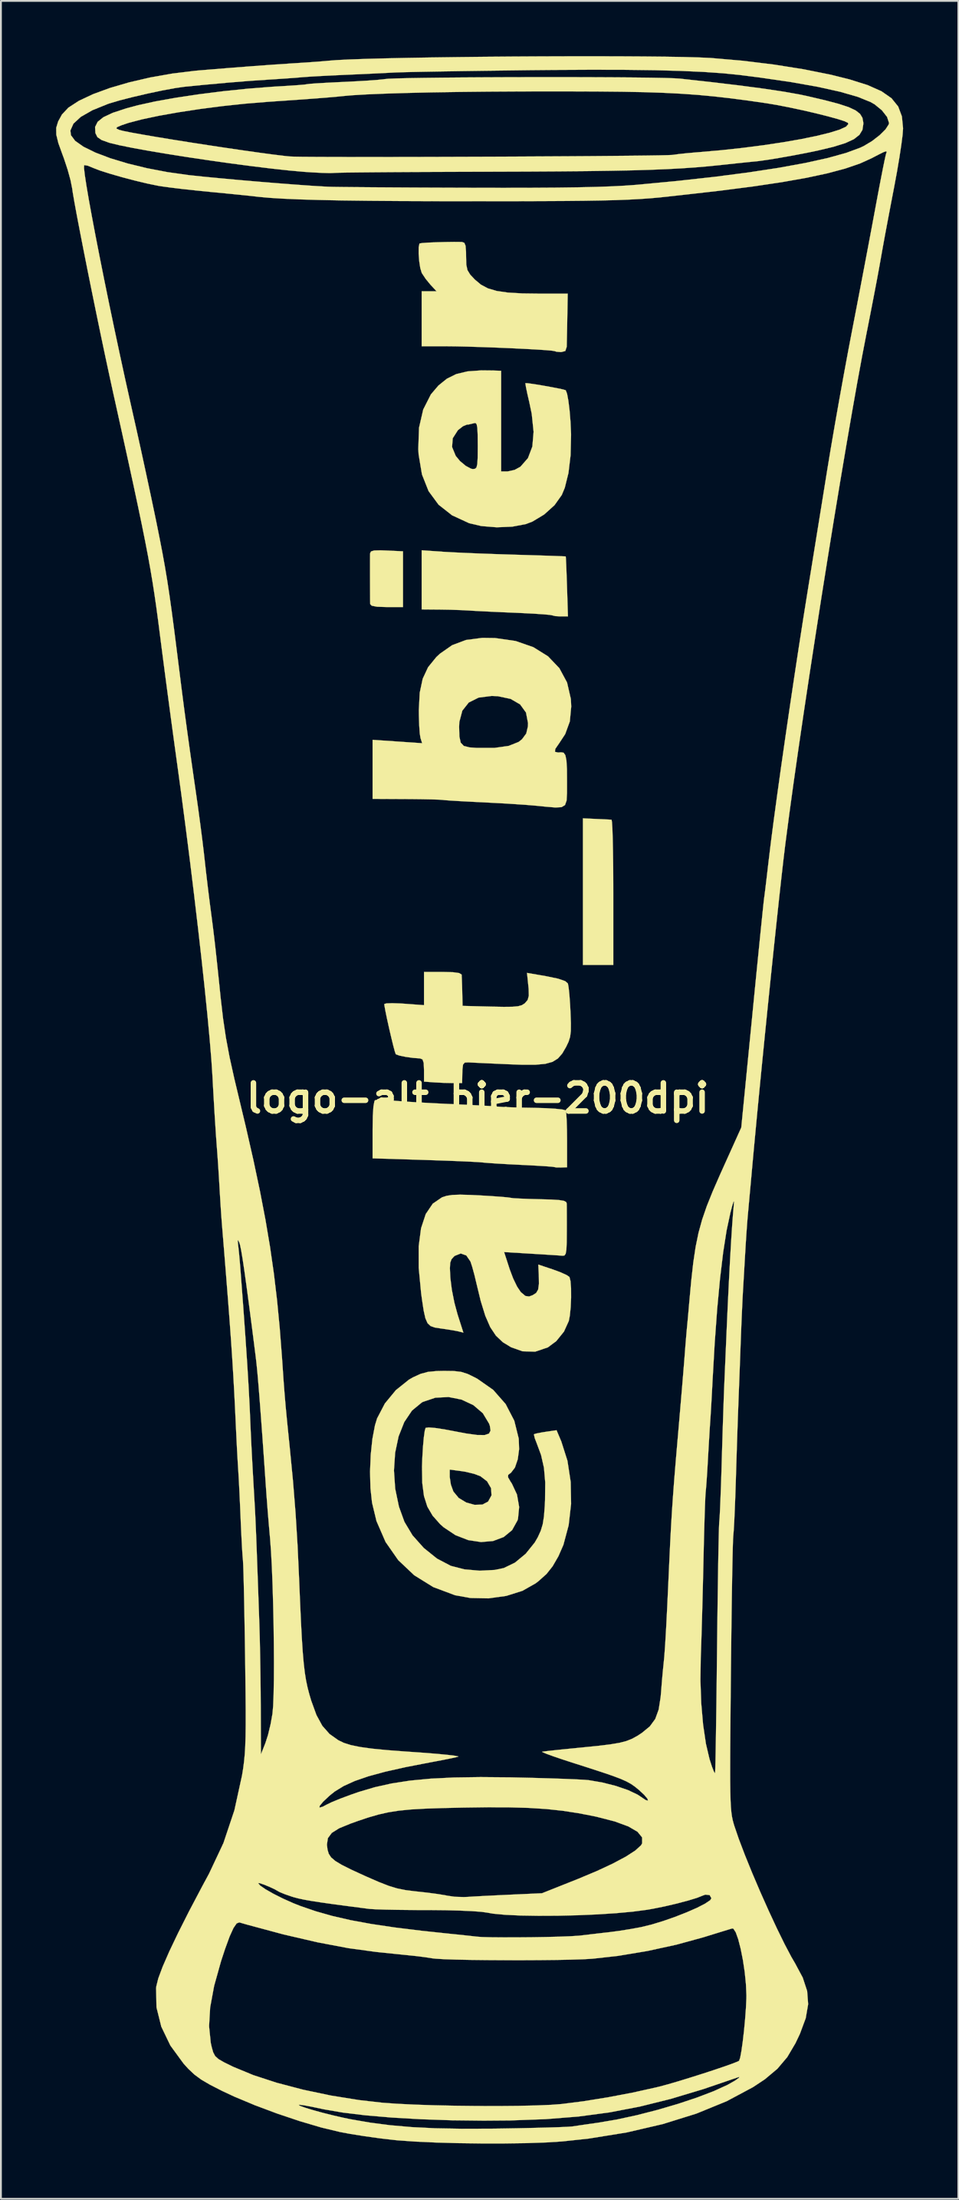
<source format=kicad_pcb>
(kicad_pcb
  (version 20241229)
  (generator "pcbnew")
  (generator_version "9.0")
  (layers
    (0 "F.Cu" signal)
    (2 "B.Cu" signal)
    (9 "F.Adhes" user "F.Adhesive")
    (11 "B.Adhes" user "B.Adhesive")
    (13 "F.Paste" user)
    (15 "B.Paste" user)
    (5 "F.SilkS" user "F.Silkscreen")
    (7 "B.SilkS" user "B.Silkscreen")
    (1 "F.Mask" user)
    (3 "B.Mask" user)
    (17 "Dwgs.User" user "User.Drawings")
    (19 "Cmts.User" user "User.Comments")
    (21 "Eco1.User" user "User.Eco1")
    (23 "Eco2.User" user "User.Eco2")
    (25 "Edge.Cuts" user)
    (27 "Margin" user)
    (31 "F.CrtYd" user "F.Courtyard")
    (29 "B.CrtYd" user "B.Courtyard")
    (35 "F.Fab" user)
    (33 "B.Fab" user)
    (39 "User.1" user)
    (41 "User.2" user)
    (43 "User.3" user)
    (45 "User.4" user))
  (footprint "logo-alt_bier-200dpi"
    (layer "F.Cu")
    (at 22.916 56.58)
    (property "Reference" "logo-alt_bier-200dpi" (at 0 0 0) (layer "F.SilkS") (effects (font (size 1.524 1.524) (thickness 0.3))))
    (attr through_hole)
    (fp_poly (pts (xy 6.445 -15.165) (xy 6.858 -15.146) (xy 7.163 -15.13) (xy 7.271 -15.123) (xy 7.294 -14.998) (xy 7.316 -14.651) (xy 7.334 -14.11) (xy 7.349 -13.408) (xy 7.36 -12.574) (xy 7.365 -11.639) (xy 7.366 -11.176) (xy 7.366 -7.239) (xy 5.715 -7.239) (xy 5.715 -15.198) (xy 6.445 -15.165)) (stroke (width 0.01) (type solid)) (fill yes) (layer "F.SilkS"))
    (fp_poly (pts (xy -4.953 -29.739) (xy -4.064 -29.697) (xy -4.064 -26.67) (xy -4.953 -26.67) (xy -5.472 -26.687) (xy -5.762 -26.742) (xy -5.846 -26.829) (xy -5.85 -27.084) (xy -5.852 -27.502) (xy -5.854 -28.013) (xy -5.855 -28.548) (xy -5.855 -29.036) (xy -5.854 -29.408) (xy -5.851 -29.591) (xy -5.8 -29.691) (xy -5.626 -29.742) (xy -5.279 -29.751) (xy -4.953 -29.739)) (stroke (width 0.01) (type solid)) (fill yes) (layer "F.SilkS"))
    (fp_poly (pts (xy -1.873 -29.671) (xy -1.378 -29.643) (xy -0.69 -29.61) (xy 0.13 -29.576) (xy 1.021 -29.544) (xy 1.922 -29.515) (xy 2.032 -29.512) (xy 2.835 -29.488) (xy 3.546 -29.466) (xy 4.129 -29.446) (xy 4.546 -29.43) (xy 4.76 -29.42) (xy 4.78 -29.417) (xy 4.791 -29.292) (xy 4.807 -28.96) (xy 4.826 -28.472) (xy 4.847 -27.874) (xy 4.85 -27.781) (xy 4.901 -26.162) (xy 4.504 -26.162) (xy 4.208 -26.179) (xy 4.048 -26.22) (xy 4.047 -26.221) (xy 3.906 -26.246) (xy 3.557 -26.277) (xy 3.046 -26.311) (xy 2.418 -26.343) (xy 2.089 -26.358) (xy 1.361 -26.389) (xy 0.667 -26.421) (xy 0.073 -26.45) (xy -0.353 -26.474) (xy -0.445 -26.48) (xy -0.9 -26.504) (xy -1.483 -26.524) (xy -2.064 -26.534) (xy -3.048 -26.543) (xy -3.048 -29.753) (xy -1.873 -29.671)) (stroke (width 0.01) (type solid)) (fill yes) (layer "F.SilkS"))
    (fp_poly (pts (xy -5.026 0.102) (xy -4.548 0.133) (xy -4.418 0.144) (xy -3.921 0.181) (xy -3.245 0.223) (xy -2.467 0.266) (xy -1.662 0.306) (xy -1.349 0.32) (xy -0.623 0.353) (xy 0.039 0.386) (xy 0.585 0.417) (xy 0.962 0.442) (xy 1.079 0.453) (xy 1.351 0.472) (xy 1.814 0.491) (xy 2.402 0.508) (xy 3.054 0.52) (xy 3.083 0.52) (xy 3.7 0.538) (xy 4.221 0.569) (xy 4.596 0.61) (xy 4.773 0.656) (xy 4.78 0.663) (xy 4.809 0.83) (xy 4.832 1.197) (xy 4.848 1.707) (xy 4.853 2.264) (xy 4.853 3.747) (xy 4.524 3.759) (xy 4.265 3.756) (xy 4.159 3.735) (xy 4.025 3.716) (xy 3.685 3.69) (xy 3.185 3.659) (xy 2.57 3.626) (xy 2.347 3.616) (xy 1.675 3.582) (xy 1.072 3.547) (xy 0.594 3.515) (xy 0.3 3.49) (xy 0.26 3.485) (xy 0.045 3.467) (xy -0.383 3.444) (xy -0.981 3.417) (xy -1.709 3.389) (xy -2.525 3.361) (xy -2.884 3.349) (xy -5.715 3.262) (xy -5.715 1.705) (xy -5.704 0.962) (xy -5.67 0.442) (xy -5.616 0.156) (xy -5.577 0.102) (xy -5.392 0.091) (xy -5.026 0.102)) (stroke (width 0.01) (type solid)) (fill yes) (layer "F.SilkS"))
    (fp_poly (pts (xy -0.905 -46.493) (xy -0.857 -46.491) (xy -0.732 -46.447) (xy -0.664 -46.289) (xy -0.638 -45.963) (xy -0.635 -45.705) (xy -0.623 -45.258) (xy -0.56 -44.963) (xy -0.41 -44.719) (xy -0.159 -44.452) (xy 0.168 -44.178) (xy 0.549 -43.974) (xy 1.026 -43.833) (xy 1.639 -43.744) (xy 2.429 -43.699) (xy 3.277 -43.688) (xy 4.889 -43.688) (xy 4.866 -42.386) (xy 4.855 -41.806) (xy 4.845 -41.297) (xy 4.837 -40.928) (xy 4.834 -40.799) (xy 4.758 -40.572) (xy 4.53 -40.513) (xy 4.278 -40.533) (xy 4.18 -40.565) (xy 4.038 -40.59) (xy 3.684 -40.621) (xy 3.159 -40.655) (xy 2.506 -40.69) (xy 1.767 -40.726) (xy 0.984 -40.759) (xy 0.198 -40.787) (xy -0.548 -40.81) (xy -1.214 -40.825) (xy -1.746 -40.831) (xy -3.048 -40.831) (xy -3.048 -43.815) (xy -2.238 -43.815) (xy -2.564 -44.164) (xy -2.83 -44.487) (xy -3.036 -44.797) (xy -3.046 -44.816) (xy -3.124 -45.074) (xy -3.182 -45.452) (xy -3.213 -45.86) (xy -3.211 -46.208) (xy -3.168 -46.404) (xy -3.162 -46.41) (xy -3.023 -46.434) (xy -2.699 -46.457) (xy -2.257 -46.476) (xy -1.765 -46.49) (xy -1.291 -46.497) (xy -0.905 -46.493)) (stroke (width 0.01) (type solid)) (fill yes) (layer "F.SilkS"))
    (fp_poly (pts (xy -1.344 -6.844) (xy -1.011 -6.798) (xy -0.88 -6.717) (xy -0.876 -6.699) (xy -0.866 -6.493) (xy -0.853 -6.123) (xy -0.844 -5.779) (xy -0.826 -5.016) (xy 0.742 -4.976) (xy 1.415 -4.963) (xy 1.882 -4.968) (xy 2.193 -4.997) (xy 2.396 -5.054) (xy 2.54 -5.144) (xy 2.567 -5.167) (xy 2.714 -5.341) (xy 2.775 -5.568) (xy 2.766 -5.931) (xy 2.749 -6.103) (xy 2.676 -6.808) (xy 3.746 -6.622) (xy 4.368 -6.492) (xy 4.749 -6.361) (xy 4.897 -6.234) (xy 4.936 -6.028) (xy 4.979 -5.631) (xy 5.017 -5.108) (xy 5.039 -4.699) (xy 5.062 -4.082) (xy 5.058 -3.65) (xy 5.019 -3.336) (xy 4.936 -3.071) (xy 4.804 -2.794) (xy 4.591 -2.428) (xy 4.356 -2.16) (xy 4.061 -1.977) (xy 3.665 -1.868) (xy 3.128 -1.82) (xy 2.409 -1.82) (xy 1.714 -1.845) (xy 1.019 -1.876) (xy 0.393 -1.904) (xy -0.11 -1.928) (xy -0.437 -1.944) (xy -0.508 -1.948) (xy -0.704 -1.938) (xy -0.8 -1.83) (xy -0.833 -1.558) (xy -0.838 -1.397) (xy -0.851 -0.826) (xy -1.346 -0.825) (xy -1.817 -0.835) (xy -2.32 -0.86) (xy -2.381 -0.864) (xy -2.921 -0.904) (xy -2.921 -1.531) (xy -2.938 -1.916) (xy -3.001 -2.107) (xy -3.133 -2.163) (xy -3.143 -2.164) (xy -3.514 -2.191) (xy -3.915 -2.247) (xy -4.256 -2.317) (xy -4.447 -2.385) (xy -4.456 -2.393) (xy -4.507 -2.538) (xy -4.595 -2.867) (xy -4.705 -3.317) (xy -4.823 -3.823) (xy -4.933 -4.321) (xy -5.021 -4.748) (xy -5.073 -5.038) (xy -5.081 -5.115) (xy -4.964 -5.151) (xy -4.652 -5.162) (xy -4.203 -5.147) (xy -4 -5.134) (xy -2.921 -5.054) (xy -2.921 -6.858) (xy -1.905 -6.858) (xy -1.344 -6.844)) (stroke (width 0.01) (type solid)) (fill yes) (layer "F.SilkS"))
    (fp_poly (pts (xy 0.857 -39.512) (xy 1.27 -39.497) (xy 1.27 -34.036) (xy 1.634 -34.036) (xy 2.001 -34.116) (xy 2.316 -34.287) (xy 2.728 -34.756) (xy 2.967 -35.386) (xy 3.035 -36.185) (xy 2.933 -37.162) (xy 2.803 -37.782) (xy 2.695 -38.252) (xy 2.619 -38.615) (xy 2.589 -38.81) (xy 2.59 -38.828) (xy 2.72 -38.822) (xy 3.029 -38.779) (xy 3.446 -38.712) (xy 3.899 -38.632) (xy 4.32 -38.552) (xy 4.637 -38.485) (xy 4.78 -38.442) (xy 4.781 -38.441) (xy 4.854 -38.253) (xy 4.925 -37.867) (xy 4.99 -37.341) (xy 5.04 -36.731) (xy 5.069 -36.093) (xy 5.07 -36.017) (xy 5.045 -34.92) (xy 4.929 -33.948) (xy 4.729 -33.145) (xy 4.566 -32.755) (xy 4.172 -32.202) (xy 3.611 -31.697) (xy 2.972 -31.312) (xy 2.618 -31.176) (xy 1.875 -31.035) (xy 1.03 -31) (xy 0.197 -31.068) (xy -0.47 -31.224) (xy -1.398 -31.652) (xy -2.131 -32.228) (xy -2.673 -32.964) (xy -3.032 -33.869) (xy -3.214 -34.952) (xy -3.232 -35.245) (xy -3.228 -35.36) (xy -1.397 -35.36) (xy -1.197 -34.876) (xy -0.965 -34.595) (xy -0.654 -34.337) (xy -0.365 -34.183) (xy -0.267 -34.163) (xy -0.146 -34.178) (xy -0.069 -34.252) (xy -0.025 -34.433) (xy -0.005 -34.766) (xy -0.000092 -35.296) (xy 0 -35.447) (xy -0.005 -36.03) (xy -0.023 -36.4) (xy -0.061 -36.598) (xy -0.127 -36.665) (xy -0.201 -36.653) (xy -0.491 -36.583) (xy -0.588 -36.576) (xy -0.798 -36.492) (xy -1.062 -36.287) (xy -1.085 -36.264) (xy -1.36 -35.835) (xy -1.397 -35.36) (xy -3.228 -35.36) (xy -3.193 -36.404) (xy -2.964 -37.396) (xy -2.546 -38.219) (xy -2.138 -38.697) (xy -1.678 -39.068) (xy -1.171 -39.319) (xy -0.565 -39.465) (xy 0.196 -39.52) (xy 0.857 -39.512)) (stroke (width 0.01) (type solid)) (fill yes) (layer "F.SilkS"))
    (fp_poly (pts (xy 0.941 -24.988) (xy 2.057 -24.827) (xy 3.022 -24.491) (xy 3.819 -23.995) (xy 4.434 -23.351) (xy 4.853 -22.574) (xy 5.06 -21.677) (xy 5.08 -21.269) (xy 5.003 -20.46) (xy 4.752 -19.772) (xy 4.423 -19.272) (xy 4.214 -18.969) (xy 4.194 -18.811) (xy 4.37 -18.771) (xy 4.531 -18.784) (xy 4.668 -18.76) (xy 4.762 -18.624) (xy 4.819 -18.341) (xy 4.847 -17.875) (xy 4.851 -17.193) (xy 4.851 -17.162) (xy 4.85 -16.565) (xy 4.827 -16.162) (xy 4.742 -15.92) (xy 4.554 -15.806) (xy 4.221 -15.787) (xy 3.702 -15.831) (xy 3.239 -15.878) (xy 2.735 -15.921) (xy 2.057 -15.968) (xy 1.282 -16.016) (xy 0.488 -16.058) (xy 0.254 -16.07) (xy -0.439 -16.104) (xy -1.051 -16.137) (xy -1.532 -16.167) (xy -1.834 -16.19) (xy -1.905 -16.199) (xy -2.096 -16.213) (xy -2.489 -16.226) (xy -3.033 -16.237) (xy -3.677 -16.245) (xy -3.905 -16.246) (xy -5.715 -16.256) (xy -5.715 -19.461) (xy -3.023 -19.278) (xy -3.112 -19.561) (xy -3.152 -19.808) (xy -3.177 -20.168) (xy -1.014 -20.168) (xy -0.999 -19.637) (xy -0.927 -19.309) (xy -0.759 -19.13) (xy -0.451 -19.051) (xy -0.082 -19.024) (xy 0.913 -19.024) (xy 1.68 -19.132) (xy 2.221 -19.347) (xy 2.402 -19.489) (xy 2.635 -19.804) (xy 2.725 -20.189) (xy 2.731 -20.373) (xy 2.621 -20.944) (xy 2.302 -21.384) (xy 1.787 -21.683) (xy 1.092 -21.83) (xy 0.76 -21.844) (xy 0.046 -21.754) (xy -0.489 -21.487) (xy -0.839 -21.045) (xy -1.002 -20.433) (xy -1.014 -20.168) (xy -3.177 -20.168) (xy -3.182 -20.237) (xy -3.2 -20.774) (xy -3.203 -21.072) (xy -3.154 -22.016) (xy -2.993 -22.776) (xy -2.7 -23.404) (xy -2.255 -23.952) (xy -2.057 -24.137) (xy -1.393 -24.6) (xy -0.638 -24.883) (xy 0.252 -24.998) (xy 0.941 -24.988)) (stroke (width 0.01) (type solid)) (fill yes) (layer "F.SilkS"))
    (fp_poly (pts (xy -0.366 5.25) (xy 0.117 5.274) (xy 0.729 5.311) (xy 1.244 5.348) (xy 1.613 5.38) (xy 1.784 5.405) (xy 1.788 5.406) (xy 1.937 5.426) (xy 2.287 5.446) (xy 2.784 5.466) (xy 3.344 5.481) (xy 3.991 5.499) (xy 4.424 5.527) (xy 4.682 5.57) (xy 4.805 5.635) (xy 4.834 5.709) (xy 4.837 5.913) (xy 4.839 6.308) (xy 4.84 6.83) (xy 4.839 7.239) (xy 4.834 7.836) (xy 4.816 8.222) (xy 4.778 8.441) (xy 4.713 8.536) (xy 4.613 8.55) (xy 4.613 8.55) (xy 4.402 8.534) (xy 3.997 8.507) (xy 3.459 8.473) (xy 2.911 8.44) (xy 1.432 8.351) (xy 1.736 9.287) (xy 1.925 9.787) (xy 2.138 10.226) (xy 2.333 10.516) (xy 2.348 10.532) (xy 2.588 10.734) (xy 2.792 10.762) (xy 2.979 10.694) (xy 3.173 10.571) (xy 3.282 10.385) (xy 3.325 10.073) (xy 3.317 9.577) (xy 3.313 9.5) (xy 3.29 9.03) (xy 4.09 9.297) (xy 4.513 9.454) (xy 4.836 9.602) (xy 4.983 9.704) (xy 5.04 9.924) (xy 5.07 10.319) (xy 5.073 10.815) (xy 5.051 11.334) (xy 5.004 11.799) (xy 4.947 12.093) (xy 4.685 12.669) (xy 4.267 13.186) (xy 3.807 13.527) (xy 3.121 13.758) (xy 2.43 13.738) (xy 1.81 13.518) (xy 1.359 13.243) (xy 0.987 12.89) (xy 0.677 12.425) (xy 0.409 11.81) (xy 0.162 11.011) (xy -0.06 10.097) (xy -0.18 9.596) (xy -0.302 9.15) (xy -0.397 8.862) (xy -0.624 8.534) (xy -0.924 8.427) (xy -1.25 8.556) (xy -1.294 8.593) (xy -1.427 8.742) (xy -1.497 8.931) (xy -1.515 9.228) (xy -1.493 9.701) (xy -1.487 9.779) (xy -1.409 10.398) (xy -1.27 11.1) (xy -1.101 11.727) (xy -0.782 12.723) (xy -1.058 12.655) (xy -1.341 12.6) (xy -1.759 12.534) (xy -2.01 12.499) (xy -2.334 12.448) (xy -2.566 12.366) (xy -2.729 12.212) (xy -2.846 11.946) (xy -2.94 11.527) (xy -3.033 10.914) (xy -3.078 10.577) (xy -3.209 9.21) (xy -3.21 8.035) (xy -3.082 7.058) (xy -2.827 6.286) (xy -2.447 5.724) (xy -1.944 5.379) (xy -1.689 5.296) (xy -1.377 5.249) (xy -0.954 5.234) (xy -0.366 5.25)) (stroke (width 0.01) (type solid)) (fill yes) (layer "F.SilkS"))
    (fp_poly (pts (xy -1.297 14.81) (xy -0.9 14.857) (xy -0.549 14.968) (xy -0.137 15.169) (xy -0.021 15.232) (xy 0.84 15.835) (xy 1.514 16.601) (xy 1.984 17.505) (xy 2.227 18.482) (xy 2.247 19.054) (xy 2.173 19.602) (xy 2.02 20.052) (xy 1.807 20.331) (xy 1.79 20.342) (xy 1.653 20.449) (xy 1.645 20.576) (xy 1.774 20.802) (xy 1.852 20.919) (xy 2.132 21.518) (xy 2.249 22.192) (xy 2.186 22.833) (xy 2.162 22.915) (xy 1.867 23.446) (xy 1.411 23.821) (xy 0.834 24.038) (xy 0.178 24.095) (xy -0.518 23.99) (xy -1.211 23.722) (xy -1.862 23.287) (xy -2.048 23.12) (xy -2.452 22.665) (xy -2.74 22.173) (xy -2.923 21.597) (xy -3.016 20.889) (xy -3.021 20.564) (xy -1.524 20.564) (xy -1.462 20.974) (xy -1.325 21.352) (xy -1.038 21.699) (xy -0.629 21.947) (xy -0.173 22.075) (xy 0.254 22.061) (xy 0.562 21.898) (xy 0.748 21.558) (xy 0.723 21.17) (xy 0.508 20.799) (xy 0.143 20.519) (xy -0.198 20.392) (xy -0.653 20.282) (xy -0.869 20.247) (xy -1.524 20.16) (xy -1.524 20.564) (xy -3.021 20.564) (xy -3.03 20.004) (xy -3.013 19.515) (xy -2.977 18.917) (xy -2.931 18.411) (xy -2.881 18.052) (xy -2.834 17.896) (xy -2.668 17.873) (xy -2.309 17.902) (xy -1.812 17.977) (xy -1.457 18.044) (xy -0.634 18.2) (xy -0.031 18.282) (xy 0.376 18.286) (xy 0.61 18.207) (xy 0.696 18.041) (xy 0.657 17.784) (xy 0.615 17.664) (xy 0.274 17.099) (xy -0.243 16.659) (xy -0.881 16.361) (xy -1.587 16.221) (xy -2.306 16.258) (xy -2.983 16.486) (xy -3.046 16.521) (xy -3.574 16.955) (xy -3.995 17.581) (xy -4.303 18.359) (xy -4.491 19.248) (xy -4.555 20.208) (xy -4.488 21.197) (xy -4.284 22.175) (xy -3.985 22.999) (xy -3.545 23.732) (xy -2.932 24.419) (xy -2.216 24.993) (xy -1.471 25.385) (xy -1.46 25.389) (xy -0.726 25.577) (xy 0.105 25.652) (xy 0.915 25.61) (xy 1.415 25.507) (xy 2.022 25.213) (xy 2.605 24.731) (xy 3.095 24.123) (xy 3.265 23.83) (xy 3.424 23.481) (xy 3.53 23.131) (xy 3.598 22.706) (xy 3.642 22.133) (xy 3.657 21.816) (xy 3.667 20.856) (xy 3.598 20.064) (xy 3.44 19.366) (xy 3.216 18.763) (xy 3.098 18.456) (xy 3.054 18.263) (xy 3.06 18.239) (xy 3.206 18.196) (xy 3.515 18.137) (xy 3.697 18.109) (xy 4.282 18.024) (xy 4.54 18.632) (xy 4.874 19.681) (xy 5.051 20.834) (xy 5.072 22.024) (xy 4.939 23.184) (xy 4.654 24.249) (xy 4.385 24.863) (xy 4.067 25.413) (xy 3.738 25.827) (xy 3.31 26.21) (xy 3.147 26.336) (xy 2.427 26.743) (xy 1.551 27.019) (xy 0.586 27.152) (xy -0.4 27.133) (xy -1.235 26.983) (xy -2.419 26.54) (xy -3.453 25.899) (xy -4.323 25.077) (xy -5.011 24.091) (xy -5.504 22.958) (xy -5.746 21.957) (xy -5.832 21.165) (xy -5.854 20.273) (xy -5.817 19.357) (xy -5.726 18.492) (xy -5.586 17.754) (xy -5.471 17.38) (xy -5.048 16.571) (xy -4.45 15.846) (xy -3.741 15.279) (xy -3.508 15.146) (xy -3.104 14.962) (xy -2.713 14.857) (xy -2.236 14.811) (xy -1.841 14.802) (xy -1.297 14.81)) (stroke (width 0.01) (type solid)) (fill yes) (layer "F.SilkS"))
    (fp_poly (pts (xy 5.25 -55.441) (xy 6.441 -55.437) (xy 7.554 -55.431) (xy 8.562 -55.422) (xy 9.437 -55.411) (xy 10.151 -55.397) (xy 10.676 -55.38) (xy 10.986 -55.361) (xy 12.751 -55.166) (xy 14.274 -54.984) (xy 15.565 -54.813) (xy 16.633 -54.653) (xy 17.489 -54.501) (xy 17.906 -54.413) (xy 18.868 -54.188) (xy 19.608 -53.993) (xy 20.154 -53.814) (xy 20.534 -53.637) (xy 20.775 -53.449) (xy 20.905 -53.236) (xy 20.953 -52.984) (xy 20.955 -52.896) (xy 20.906 -52.578) (xy 20.743 -52.309) (xy 20.441 -52.073) (xy 19.976 -51.86) (xy 19.322 -51.657) (xy 18.455 -51.45) (xy 17.821 -51.32) (xy 17.087 -51.18) (xy 16.373 -51.054) (xy 15.747 -50.952) (xy 15.279 -50.886) (xy 15.177 -50.875) (xy 14.691 -50.827) (xy 14.066 -50.762) (xy 13.412 -50.692) (xy 13.208 -50.67) (xy 12.532 -50.602) (xy 11.834 -50.542) (xy 11.091 -50.491) (xy 10.28 -50.447) (xy 9.378 -50.411) (xy 8.364 -50.381) (xy 7.213 -50.358) (xy 5.903 -50.339) (xy 4.411 -50.325) (xy 2.715 -50.314) (xy 0.791 -50.307) (xy 0.456 -50.307) (xy -0.952 -50.302) (xy -2.289 -50.297) (xy -3.533 -50.291) (xy -4.662 -50.284) (xy -5.652 -50.276) (xy -6.482 -50.268) (xy -7.129 -50.26) (xy -7.572 -50.251) (xy -7.786 -50.243) (xy -7.799 -50.241) (xy -8.031 -50.232) (xy -8.451 -50.243) (xy -8.994 -50.27) (xy -9.461 -50.302) (xy -10.269 -50.375) (xy -11.225 -50.479) (xy -12.29 -50.609) (xy -13.423 -50.758) (xy -14.586 -50.922) (xy -15.739 -51.093) (xy -16.843 -51.267) (xy -17.858 -51.437) (xy -18.745 -51.597) (xy -19.465 -51.742) (xy -19.977 -51.865) (xy -20.033 -51.881) (xy -20.445 -52.028) (xy -20.672 -52.185) (xy -20.779 -52.4) (xy -20.782 -52.412) (xy -20.794 -52.651) (xy -19.642 -52.651) (xy -19.482 -52.576) (xy -19.253 -52.517) (xy -18.808 -52.429) (xy -18.184 -52.317) (xy -17.417 -52.186) (xy -16.544 -52.043) (xy -15.6 -51.893) (xy -14.621 -51.742) (xy -13.645 -51.595) (xy -12.706 -51.458) (xy -11.841 -51.336) (xy -11.087 -51.235) (xy -10.48 -51.162) (xy -10.223 -51.135) (xy -9.994 -51.126) (xy -9.538 -51.118) (xy -8.88 -51.113) (xy -8.044 -51.109) (xy -7.053 -51.107) (xy -5.93 -51.106) (xy -4.7 -51.107) (xy -3.386 -51.109) (xy -2.011 -51.113) (xy -0.6 -51.118) (xy 0.824 -51.123) (xy 2.238 -51.13) (xy 3.617 -51.138) (xy 4.938 -51.146) (xy 6.178 -51.155) (xy 7.312 -51.165) (xy 8.317 -51.175) (xy 9.17 -51.185) (xy 9.847 -51.196) (xy 10.323 -51.207) (xy 10.576 -51.218) (xy 10.604 -51.221) (xy 10.915 -51.264) (xy 11.385 -51.314) (xy 11.921 -51.361) (xy 12.002 -51.367) (xy 13.21 -51.472) (xy 14.394 -51.6) (xy 15.531 -51.747) (xy 16.597 -51.907) (xy 17.566 -52.076) (xy 18.417 -52.25) (xy 19.123 -52.423) (xy 19.662 -52.59) (xy 20.009 -52.748) (xy 20.141 -52.892) (xy 20.112 -52.964) (xy 19.931 -53.05) (xy 19.548 -53.172) (xy 19.012 -53.319) (xy 18.369 -53.48) (xy 17.668 -53.642) (xy 16.956 -53.794) (xy 16.281 -53.926) (xy 15.691 -54.025) (xy 15.683 -54.026) (xy 14.663 -54.173) (xy 13.726 -54.295) (xy 12.836 -54.396) (xy 11.957 -54.478) (xy 11.053 -54.542) (xy 10.09 -54.591) (xy 9.03 -54.626) (xy 7.838 -54.649) (xy 6.479 -54.663) (xy 4.917 -54.669) (xy 4.191 -54.67) (xy 2.377 -54.667) (xy 0.642 -54.656) (xy -0.99 -54.638) (xy -2.498 -54.614) (xy -3.86 -54.583) (xy -5.052 -54.546) (xy -6.053 -54.504) (xy -6.84 -54.457) (xy -7.303 -54.416) (xy -7.677 -54.378) (xy -8.15 -54.337) (xy -8.754 -54.289) (xy -9.522 -54.232) (xy -10.485 -54.165) (xy -11.43 -54.1) (xy -12.637 -54.001) (xy -13.872 -53.87) (xy -15.092 -53.712) (xy -16.256 -53.535) (xy -17.322 -53.346) (xy -18.246 -53.151) (xy -18.989 -52.956) (xy -19.37 -52.827) (xy -19.615 -52.72) (xy -19.642 -52.651) (xy -20.794 -52.651) (xy -20.799 -52.734) (xy -20.66 -53.014) (xy -20.346 -53.267) (xy -19.835 -53.506) (xy -19.106 -53.745) (xy -18.481 -53.913) (xy -17.544 -54.12) (xy -16.414 -54.322) (xy -15.15 -54.512) (xy -13.814 -54.68) (xy -12.465 -54.818) (xy -11.163 -54.92) (xy -10.858 -54.938) (xy -10.263 -54.974) (xy -9.765 -55.008) (xy -9.416 -55.038) (xy -9.269 -55.059) (xy -9.269 -55.06) (xy -9.125 -55.078) (xy -8.774 -55.104) (xy -8.261 -55.134) (xy -7.632 -55.166) (xy -7.3 -55.181) (xy -6.605 -55.216) (xy -5.979 -55.253) (xy -5.476 -55.29) (xy -5.15 -55.322) (xy -5.08 -55.333) (xy -4.858 -55.354) (xy -4.409 -55.372) (xy -3.762 -55.388) (xy -2.944 -55.402) (xy -1.982 -55.414) (xy -0.905 -55.424) (xy 0.261 -55.432) (xy 1.486 -55.438) (xy 2.745 -55.441) (xy 4.009 -55.442) (xy 5.25 -55.441)) (stroke (width 0.01) (type solid)) (fill yes) (layer "F.SilkS"))
    (fp_poly (pts (xy 7.74 -56.572) (xy 9.025 -56.564) (xy 10.183 -56.552) (xy 11.186 -56.535) (xy 12.009 -56.512) (xy 12.623 -56.484) (xy 12.7 -56.479) (xy 14.404 -56.332) (xy 16.095 -56.125) (xy 17.709 -55.869) (xy 19.184 -55.574) (xy 20.203 -55.32) (xy 21.188 -55.01) (xy 21.942 -54.675) (xy 22.488 -54.294) (xy 22.85 -53.846) (xy 23.051 -53.31) (xy 23.114 -52.665) (xy 23.114 -52.655) (xy 23.09 -52.315) (xy 23.021 -51.777) (xy 22.917 -51.092) (xy 22.785 -50.311) (xy 22.632 -49.486) (xy 22.611 -49.378) (xy 22.443 -48.504) (xy 22.276 -47.626) (xy 22.122 -46.805) (xy 21.995 -46.107) (xy 21.904 -45.595) (xy 21.904 -45.593) (xy 21.816 -45.102) (xy 21.69 -44.42) (xy 21.534 -43.604) (xy 21.361 -42.711) (xy 21.182 -41.798) (xy 21.128 -41.529) (xy 20.89 -40.296) (xy 20.622 -38.842) (xy 20.331 -37.198) (xy 20.02 -35.395) (xy 19.694 -33.464) (xy 19.359 -31.437) (xy 19.02 -29.344) (xy 18.681 -27.216) (xy 18.348 -25.084) (xy 18.024 -22.978) (xy 17.716 -20.931) (xy 17.428 -18.973) (xy 17.165 -17.135) (xy 16.932 -15.447) (xy 16.734 -13.942) (xy 16.705 -13.716) (xy 16.615 -12.972) (xy 16.505 -12.008) (xy 16.378 -10.859) (xy 16.238 -9.556) (xy 16.087 -8.135) (xy 15.93 -6.628) (xy 15.77 -5.069) (xy 15.61 -3.49) (xy 15.454 -1.927) (xy 15.305 -0.411) (xy 15.167 1.023) (xy 15.043 2.342) (xy 14.989 2.921) (xy 14.91 3.789) (xy 14.836 4.61) (xy 14.769 5.336) (xy 14.716 5.922) (xy 14.68 6.32) (xy 14.671 6.413) (xy 14.637 6.835) (xy 14.596 7.408) (xy 14.556 8.033) (xy 14.543 8.255) (xy 14.503 8.932) (xy 14.461 9.652) (xy 14.424 10.283) (xy 14.416 10.414) (xy 14.39 10.898) (xy 14.359 11.558) (xy 14.326 12.314) (xy 14.296 13.089) (xy 14.289 13.271) (xy 14.258 14.113) (xy 14.224 15.027) (xy 14.19 15.908) (xy 14.162 16.649) (xy 14.16 16.701) (xy 14.136 17.335) (xy 14.108 18.147) (xy 14.078 19.063) (xy 14.048 20.007) (xy 14.025 20.765) (xy 13.998 21.573) (xy 13.969 22.322) (xy 13.94 22.963) (xy 13.912 23.45) (xy 13.889 23.734) (xy 13.887 23.749) (xy 13.874 23.956) (xy 13.86 24.393) (xy 13.845 25.035) (xy 13.828 25.857) (xy 13.812 26.836) (xy 13.796 27.948) (xy 13.78 29.166) (xy 13.765 30.468) (xy 13.755 31.433) (xy 13.74 32.974) (xy 13.729 34.283) (xy 13.721 35.381) (xy 13.718 36.291) (xy 13.719 37.034) (xy 13.726 37.631) (xy 13.738 38.104) (xy 13.757 38.476) (xy 13.783 38.768) (xy 13.816 39.001) (xy 13.856 39.197) (xy 13.905 39.378) (xy 13.941 39.497) (xy 14.187 40.217) (xy 14.519 41.088) (xy 14.914 42.06) (xy 15.35 43.081) (xy 15.805 44.1) (xy 16.254 45.065) (xy 16.676 45.925) (xy 17.048 46.629) (xy 17.24 46.957) (xy 17.663 47.747) (xy 17.902 48.473) (xy 17.956 49.188) (xy 17.825 49.945) (xy 17.509 50.797) (xy 17.266 51.308) (xy 16.822 52.059) (xy 16.287 52.691) (xy 15.604 53.264) (xy 14.958 53.692) (xy 13.524 54.457) (xy 11.881 55.128) (xy 10.06 55.695) (xy 8.091 56.152) (xy 6.005 56.488) (xy 4.572 56.64) (xy 3.7 56.695) (xy 2.637 56.731) (xy 1.443 56.749) (xy 0.179 56.749) (xy -1.092 56.731) (xy -2.309 56.697) (xy -3.412 56.646) (xy -4.339 56.58) (xy -4.508 56.564) (xy -5.295 56.473) (xy -6.146 56.355) (xy -6.949 56.227) (xy -7.482 56.128) (xy -8.505 55.882) (xy -9.671 55.538) (xy -10.901 55.126) (xy -12.117 54.671) (xy -12.167 54.65) (xy -9.735 54.65) (xy -9.653 54.71) (xy -9.373 54.811) (xy -8.945 54.941) (xy -8.419 55.085) (xy -7.845 55.229) (xy -7.272 55.36) (xy -6.921 55.432) (xy -5.847 55.618) (xy -4.75 55.76) (xy -3.586 55.861) (xy -2.312 55.924) (xy -0.882 55.951) (xy 0.746 55.946) (xy 1.143 55.941) (xy 2.096 55.924) (xy 2.982 55.905) (xy 3.765 55.885) (xy 4.408 55.865) (xy 4.874 55.845) (xy 5.128 55.827) (xy 5.144 55.825) (xy 5.453 55.778) (xy 5.921 55.71) (xy 6.454 55.634) (xy 6.54 55.622) (xy 7.561 55.449) (xy 8.658 55.211) (xy 9.783 54.922) (xy 10.887 54.598) (xy 11.92 54.254) (xy 12.834 53.905) (xy 13.579 53.565) (xy 13.974 53.342) (xy 14.185 53.192) (xy 14.217 53.136) (xy 14.161 53.15) (xy 12.249 53.801) (xy 10.482 54.331) (xy 8.802 54.748) (xy 7.149 55.064) (xy 5.465 55.288) (xy 3.691 55.429) (xy 1.769 55.499) (xy 0.318 55.511) (xy -1.438 55.49) (xy -3.115 55.432) (xy -4.679 55.342) (xy -6.098 55.221) (xy -7.337 55.071) (xy -8.363 54.895) (xy -8.526 54.86) (xy -9.034 54.753) (xy -9.441 54.678) (xy -9.688 54.646) (xy -9.735 54.65) (xy -12.167 54.65) (xy -13.239 54.202) (xy -13.906 53.89) (xy -14.552 53.56) (xy -15.027 53.282) (xy -15.397 53.01) (xy -15.728 52.7) (xy -15.989 52.412) (xy -16.706 51.432) (xy -17.2 50.406) (xy -17.205 50.384) (xy -14.604 50.384) (xy -14.511 51.288) (xy -14.459 51.521) (xy -14.379 51.802) (xy -14.273 52.002) (xy -14.091 52.168) (xy -13.78 52.347) (xy -13.291 52.586) (xy -13.284 52.589) (xy -12.201 53.037) (xy -10.919 53.455) (xy -9.494 53.829) (xy -7.981 54.147) (xy -6.434 54.395) (xy -5.195 54.536) (xy -4.412 54.592) (xy -3.459 54.639) (xy -2.382 54.675) (xy -1.231 54.7) (xy -0.051 54.714) (xy 1.108 54.717) (xy 2.2 54.707) (xy 3.177 54.685) (xy 3.99 54.651) (xy 4.545 54.609) (xy 5.744 54.457) (xy 7.074 54.243) (xy 8.422 53.987) (xy 9.681 53.708) (xy 9.909 53.652) (xy 10.354 53.532) (xy 10.918 53.367) (xy 11.554 53.172) (xy 12.214 52.963) (xy 12.85 52.756) (xy 13.415 52.565) (xy 13.86 52.406) (xy 14.138 52.296) (xy 14.204 52.259) (xy 14.262 52.091) (xy 14.33 51.725) (xy 14.402 51.217) (xy 14.471 50.622) (xy 14.53 49.997) (xy 14.575 49.397) (xy 14.599 48.878) (xy 14.601 48.705) (xy 14.575 48.096) (xy 14.509 47.442) (xy 14.41 46.787) (xy 14.289 46.178) (xy 14.156 45.661) (xy 14.02 45.282) (xy 13.892 45.087) (xy 13.834 45.073) (xy 13.645 45.129) (xy 13.27 45.244) (xy 12.766 45.399) (xy 12.264 45.554) (xy 10.796 45.956) (xy 9.21 46.301) (xy 7.621 46.565) (xy 6.223 46.72) (xy 5.733 46.748) (xy 5.066 46.769) (xy 4.263 46.785) (xy 3.363 46.795) (xy 2.406 46.8) (xy 1.433 46.799) (xy 0.484 46.793) (xy -0.402 46.782) (xy -1.185 46.766) (xy -1.823 46.745) (xy -2.279 46.718) (xy -2.477 46.696) (xy -2.837 46.639) (xy -3.301 46.579) (xy -3.493 46.559) (xy -3.89 46.518) (xy -4.454 46.46) (xy -5.097 46.394) (xy -5.524 46.35) (xy -7.025 46.146) (xy -8.716 45.826) (xy -10.567 45.397) (xy -12.547 44.865) (xy -12.959 44.746) (xy -13.103 44.8) (xy -13.276 45.049) (xy -13.485 45.508) (xy -13.735 46.191) (xy -13.956 46.863) (xy -14.329 48.198) (xy -14.544 49.362) (xy -14.604 50.384) (xy -17.205 50.384) (xy -17.461 49.359) (xy -17.482 48.318) (xy -17.47 48.216) (xy -17.363 47.784) (xy -17.126 47.15) (xy -16.766 46.325) (xy -16.287 45.322) (xy -15.697 44.153) (xy -15 42.832) (xy -14.88 42.609) (xy -11.938 42.609) (xy -11.829 42.744) (xy -11.533 42.948) (xy -11.101 43.194) (xy -10.581 43.455) (xy -10.023 43.704) (xy -9.652 43.851) (xy -8.804 44.142) (xy -7.9 44.398) (xy -6.907 44.626) (xy -5.79 44.831) (xy -4.514 45.021) (xy -3.046 45.201) (xy -1.714 45.343) (xy -1.121 45.404) (xy -0.603 45.458) (xy -0.223 45.5) (xy -0.064 45.519) (xy 0.236 45.541) (xy 0.736 45.554) (xy 1.385 45.56) (xy 2.131 45.559) (xy 2.921 45.552) (xy 3.702 45.539) (xy 4.421 45.521) (xy 5.027 45.498) (xy 5.467 45.471) (xy 5.588 45.459) (xy 6.183 45.388) (xy 6.821 45.314) (xy 7.176 45.274) (xy 7.709 45.203) (xy 8.343 45.101) (xy 8.878 45.002) (xy 9.445 44.864) (xy 10.077 44.672) (xy 10.729 44.444) (xy 11.355 44.199) (xy 11.91 43.956) (xy 12.348 43.732) (xy 12.625 43.547) (xy 12.7 43.439) (xy 12.603 43.264) (xy 12.369 43.238) (xy 12.214 43.295) (xy 11.914 43.414) (xy 11.431 43.561) (xy 10.829 43.72) (xy 10.174 43.873) (xy 9.533 44.003) (xy 9.207 44.06) (xy 8.435 44.162) (xy 7.516 44.246) (xy 6.497 44.312) (xy 5.422 44.358) (xy 4.339 44.384) (xy 3.292 44.389) (xy 2.328 44.373) (xy 1.493 44.334) (xy 0.831 44.272) (xy 0.493 44.213) (xy 0.187 44.171) (xy -0.324 44.134) (xy -0.99 44.105) (xy -1.764 44.085) (xy -2.596 44.076) (xy -2.746 44.076) (xy -3.576 44.074) (xy -4.351 44.065) (xy -5.023 44.052) (xy -5.545 44.035) (xy -5.869 44.016) (xy -5.905 44.012) (xy -6.989 43.871) (xy -7.852 43.756) (xy -8.528 43.661) (xy -9.049 43.58) (xy -9.446 43.51) (xy -9.753 43.444) (xy -10.002 43.378) (xy -10.097 43.349) (xy -10.482 43.216) (xy -10.771 43.098) (xy -10.858 43.049) (xy -11.045 42.943) (xy -11.331 42.811) (xy -11.632 42.69) (xy -11.862 42.613) (xy -11.938 42.609) (xy -14.88 42.609) (xy -14.605 42.1) (xy -13.861 40.521) (xy -8.199 40.521) (xy -8.164 40.803) (xy -8.099 41.021) (xy -7.972 41.215) (xy -7.749 41.407) (xy -7.397 41.62) (xy -6.88 41.879) (xy -6.166 42.207) (xy -6.077 42.247) (xy -5.385 42.549) (xy -4.845 42.76) (xy -4.385 42.9) (xy -3.929 42.992) (xy -3.403 43.059) (xy -3.302 43.069) (xy -2.717 43.134) (xy -2.177 43.206) (xy -1.767 43.273) (xy -1.651 43.297) (xy -1.246 43.355) (xy -0.755 43.37) (xy -0.572 43.363) (xy -0.201 43.34) (xy 0.352 43.31) (xy 1.015 43.277) (xy 1.715 43.244) (xy 1.778 43.241) (xy 3.493 43.163) (xy 5.445 42.387) (xy 6.465 41.96) (xy 7.34 41.552) (xy 8.047 41.176) (xy 8.564 40.842) (xy 8.87 40.563) (xy 8.934 40.456) (xy 8.933 40.134) (xy 8.683 39.826) (xy 8.185 39.536) (xy 7.444 39.264) (xy 6.462 39.012) (xy 6.372 38.992) (xy 5.485 38.819) (xy 4.618 38.686) (xy 3.724 38.59) (xy 2.756 38.529) (xy 1.667 38.499) (xy 0.411 38.496) (xy -0.775 38.513) (xy -1.922 38.538) (xy -2.859 38.57) (xy -3.63 38.614) (xy -4.279 38.678) (xy -4.85 38.767) (xy -5.387 38.887) (xy -5.934 39.045) (xy -6.535 39.246) (xy -6.915 39.382) (xy -7.535 39.636) (xy -7.934 39.887) (xy -8.145 40.17) (xy -8.199 40.521) (xy -13.861 40.521) (xy -13.823 40.44) (xy -13.226 38.657) (xy -12.812 36.767) (xy -12.75 36.385) (xy -12.702 36.015) (xy -12.664 35.624) (xy -12.637 35.182) (xy -12.62 34.657) (xy -12.612 34.018) (xy -12.612 33.235) (xy -12.62 32.276) (xy -12.634 31.11) (xy -12.643 30.416) (xy -12.66 29.304) (xy -12.678 28.26) (xy -12.696 27.313) (xy -12.714 26.494) (xy -12.731 25.833) (xy -12.747 25.359) (xy -12.76 25.104) (xy -12.762 25.082) (xy -12.785 24.82) (xy -12.814 24.361) (xy -12.845 23.764) (xy -12.877 23.086) (xy -12.886 22.86) (xy -12.918 22.117) (xy -12.952 21.386) (xy -12.985 20.743) (xy -13.013 20.263) (xy -13.018 20.193) (xy -13.047 19.721) (xy -13.083 19.086) (xy -13.118 18.381) (xy -13.144 17.843) (xy -13.189 16.877) (xy -13.235 15.965) (xy -13.285 15.072) (xy -13.341 14.164) (xy -13.405 13.206) (xy -13.48 12.162) (xy -13.569 10.997) (xy -13.673 9.676) (xy -13.795 8.165) (xy -13.829 7.749) (xy -13.047 7.749) (xy -13.02 8.001) (xy -12.981 8.361) (xy -12.935 8.86) (xy -12.896 9.335) (xy -12.749 11.282) (xy -12.627 12.985) (xy -12.528 14.454) (xy -12.453 15.698) (xy -12.399 16.726) (xy -12.389 16.954) (xy -12.347 17.931) (xy -12.303 18.855) (xy -12.253 19.804) (xy -12.194 20.856) (xy -12.129 21.971) (xy -12.11 22.301) (xy -12.091 22.682) (xy -12.07 23.143) (xy -12.046 23.708) (xy -12.019 24.404) (xy -11.988 25.257) (xy -11.95 26.294) (xy -11.906 27.541) (xy -11.872 28.512) (xy -11.849 29.277) (xy -11.829 30.212) (xy -11.812 31.231) (xy -11.8 32.25) (xy -11.795 33.02) (xy -11.785 35.623) (xy -11.541 35.007) (xy -11.398 34.561) (xy -11.26 33.987) (xy -11.158 33.419) (xy -11.121 33.002) (xy -11.096 32.373) (xy -11.081 31.571) (xy -11.077 30.639) (xy -11.083 29.618) (xy -11.097 28.548) (xy -11.121 27.47) (xy -11.152 26.426) (xy -11.19 25.457) (xy -11.236 24.603) (xy -11.287 23.905) (xy -11.29 23.876) (xy -11.353 23.163) (xy -11.417 22.396) (xy -11.47 21.701) (xy -11.488 21.463) (xy -11.599 19.857) (xy -11.696 18.485) (xy -11.781 17.327) (xy -11.854 16.363) (xy -11.917 15.574) (xy -11.972 14.94) (xy -12.021 14.44) (xy -12.065 14.057) (xy -12.068 14.034) (xy -12.26 12.526) (xy -12.426 11.256) (xy -12.566 10.21) (xy -12.683 9.373) (xy -12.779 8.731) (xy -12.856 8.27) (xy -12.916 7.976) (xy -12.954 7.848) (xy -13.029 7.693) (xy -13.047 7.749) (xy -13.829 7.749) (xy -13.902 6.858) (xy -13.936 6.413) (xy -13.976 5.816) (xy -14.016 5.168) (xy -14.032 4.889) (xy -14.07 4.251) (xy -14.11 3.618) (xy -14.147 3.093) (xy -14.16 2.921) (xy -14.229 1.991) (xy -14.302 0.859) (xy -14.377 -0.421) (xy -14.419 -1.206) (xy -14.477 -2.086) (xy -14.568 -3.188) (xy -14.689 -4.482) (xy -14.837 -5.94) (xy -15.009 -7.531) (xy -15.202 -9.228) (xy -15.411 -10.999) (xy -15.633 -12.817) (xy -15.867 -14.652) (xy -16.107 -16.474) (xy -16.32 -18.034) (xy -16.483 -19.214) (xy -16.657 -20.493) (xy -16.832 -21.799) (xy -17 -23.063) (xy -17.15 -24.213) (xy -17.27 -25.146) (xy -17.37 -25.924) (xy -17.467 -26.642) (xy -17.566 -27.327) (xy -17.671 -28.003) (xy -17.787 -28.695) (xy -17.919 -29.428) (xy -18.073 -30.227) (xy -18.252 -31.117) (xy -18.462 -32.123) (xy -18.707 -33.271) (xy -18.993 -34.584) (xy -19.324 -36.089) (xy -19.705 -37.811) (xy -19.812 -38.291) (xy -20.023 -39.258) (xy -20.253 -40.328) (xy -20.493 -41.468) (xy -20.737 -42.646) (xy -20.979 -43.829) (xy -21.212 -44.983) (xy -21.429 -46.076) (xy -21.624 -47.075) (xy -21.791 -47.946) (xy -21.922 -48.658) (xy -22.011 -49.176) (xy -22.044 -49.403) (xy -22.132 -49.846) (xy -22.29 -50.421) (xy -22.318 -50.504) (xy -21.401 -50.504) (xy -21.357 -50.126) (xy -21.268 -49.545) (xy -21.139 -48.787) (xy -20.972 -47.873) (xy -20.774 -46.826) (xy -20.548 -45.671) (xy -20.3 -44.43) (xy -20.033 -43.125) (xy -19.752 -41.782) (xy -19.462 -40.422) (xy -19.168 -39.068) (xy -18.873 -37.745) (xy -18.796 -37.401) (xy -18.55 -36.308) (xy -18.287 -35.118) (xy -18.024 -33.907) (xy -17.776 -32.75) (xy -17.56 -31.723) (xy -17.46 -31.242) (xy -17.285 -30.37) (xy -17.134 -29.588) (xy -17.001 -28.852) (xy -16.878 -28.114) (xy -16.759 -27.331) (xy -16.636 -26.456) (xy -16.502 -25.445) (xy -16.351 -24.253) (xy -16.256 -23.495) (xy -16.103 -22.279) (xy -15.954 -21.126) (xy -15.797 -19.966) (xy -15.625 -18.729) (xy -15.427 -17.345) (xy -15.315 -16.573) (xy -15.196 -15.734) (xy -15.078 -14.86) (xy -14.972 -14.036) (xy -14.888 -13.341) (xy -14.859 -13.081) (xy -14.774 -12.321) (xy -14.672 -11.46) (xy -14.571 -10.649) (xy -14.54 -10.414) (xy -14.46 -9.805) (xy -14.392 -9.279) (xy -14.332 -8.785) (xy -14.272 -8.272) (xy -14.208 -7.69) (xy -14.133 -6.989) (xy -14.042 -6.117) (xy -13.975 -5.461) (xy -13.843 -4.328) (xy -13.687 -3.282) (xy -13.489 -2.227) (xy -13.232 -1.068) (xy -13.098 -0.508) (xy -12.611 1.528) (xy -12.193 3.362) (xy -11.838 5.038) (xy -11.539 6.595) (xy -11.289 8.076) (xy -11.081 9.522) (xy -10.908 10.974) (xy -10.764 12.473) (xy -10.641 14.062) (xy -10.608 14.541) (xy -10.556 15.312) (xy -10.502 16.016) (xy -10.442 16.724) (xy -10.367 17.508) (xy -10.273 18.44) (xy -10.223 18.923) (xy -10.043 20.775) (xy -9.903 22.52) (xy -9.794 24.283) (xy -9.716 25.971) (xy -9.66 27.3) (xy -9.61 28.405) (xy -9.562 29.316) (xy -9.513 30.062) (xy -9.46 30.673) (xy -9.401 31.179) (xy -9.332 31.61) (xy -9.25 31.996) (xy -9.153 32.366) (xy -9.053 32.703) (xy -8.768 33.487) (xy -8.448 34.073) (xy -8.057 34.515) (xy -7.58 34.854) (xy -7.279 34.999) (xy -6.893 35.12) (xy -6.389 35.223) (xy -5.736 35.313) (xy -4.902 35.394) (xy -3.853 35.473) (xy -3.556 35.493) (xy -2.825 35.545) (xy -2.165 35.599) (xy -1.621 35.652) (xy -1.236 35.699) (xy -1.055 35.736) (xy -1.049 35.74) (xy -1.154 35.773) (xy -1.462 35.84) (xy -1.929 35.934) (xy -2.507 36.043) (xy -2.573 36.055) (xy -3.91 36.314) (xy -5.022 36.563) (xy -5.936 36.811) (xy -6.681 37.067) (xy -7.283 37.339) (xy -7.771 37.638) (xy -8.051 37.861) (xy -8.409 38.198) (xy -8.593 38.421) (xy -8.601 38.515) (xy -8.426 38.465) (xy -8.223 38.356) (xy -7.932 38.216) (xy -7.469 38.026) (xy -6.905 37.816) (xy -6.461 37.662) (xy -5.596 37.406) (xy -4.68 37.202) (xy -3.68 37.048) (xy -2.562 36.942) (xy -1.295 36.879) (xy 0.155 36.857) (xy 1.82 36.872) (xy 2.032 36.877) (xy 2.969 36.899) (xy 3.855 36.924) (xy 4.649 36.951) (xy 5.308 36.978) (xy 5.791 37.004) (xy 6.032 37.024) (xy 6.773 37.151) (xy 7.51 37.338) (xy 8.171 37.565) (xy 8.682 37.807) (xy 8.838 37.909) (xy 9.127 38.104) (xy 9.254 38.136) (xy 9.222 38.03) (xy 9.038 37.813) (xy 8.758 37.554) (xy 8.547 37.381) (xy 8.334 37.232) (xy 8.084 37.094) (xy 7.762 36.951) (xy 7.331 36.789) (xy 6.756 36.593) (xy 6.001 36.347) (xy 5.276 36.116) (xy 4.64 35.91) (xy 4.11 35.73) (xy 3.723 35.589) (xy 3.518 35.502) (xy 3.498 35.48) (xy 3.66 35.457) (xy 4.03 35.415) (xy 4.561 35.359) (xy 5.21 35.294) (xy 5.678 35.248) (xy 6.544 35.161) (xy 7.204 35.08) (xy 7.703 34.996) (xy 8.087 34.896) (xy 8.403 34.769) (xy 8.698 34.604) (xy 8.922 34.456) (xy 9.353 34.102) (xy 9.647 33.7) (xy 9.833 33.188) (xy 9.94 32.505) (xy 9.962 32.258) (xy 10.006 31.696) (xy 10.014 31.603) (xy 12.101 31.603) (xy 12.145 32.844) (xy 12.247 34.014) (xy 12.401 35.053) (xy 12.595 35.877) (xy 12.727 36.287) (xy 12.833 36.56) (xy 12.893 36.647) (xy 12.898 36.639) (xy 12.906 36.491) (xy 12.917 36.114) (xy 12.929 35.53) (xy 12.942 34.765) (xy 12.956 33.843) (xy 12.971 32.788) (xy 12.986 31.624) (xy 13 30.375) (xy 13.005 29.909) (xy 13.02 28.628) (xy 13.036 27.416) (xy 13.052 26.3) (xy 13.067 25.304) (xy 13.083 24.453) (xy 13.098 23.772) (xy 13.111 23.287) (xy 13.123 23.022) (xy 13.126 22.987) (xy 13.144 22.772) (xy 13.167 22.343) (xy 13.192 21.742) (xy 13.22 21.01) (xy 13.247 20.186) (xy 13.259 19.748) (xy 13.287 18.819) (xy 13.316 17.888) (xy 13.345 17.017) (xy 13.371 16.263) (xy 13.393 15.686) (xy 13.399 15.557) (xy 13.427 14.9) (xy 13.462 14.099) (xy 13.498 13.265) (xy 13.525 12.636) (xy 13.586 11.27) (xy 13.649 9.973) (xy 13.712 8.78) (xy 13.773 7.723) (xy 13.831 6.834) (xy 13.884 6.147) (xy 13.912 5.842) (xy 13.928 5.615) (xy 13.903 5.607) (xy 13.833 5.827) (xy 13.728 6.223) (xy 13.525 7.169) (xy 13.338 8.36) (xy 13.167 9.785) (xy 13.012 11.436) (xy 12.876 13.303) (xy 12.762 15.303) (xy 12.727 15.972) (xy 12.69 16.638) (xy 12.656 17.205) (xy 12.639 17.462) (xy 12.608 17.921) (xy 12.571 18.537) (xy 12.531 19.215) (xy 12.508 19.622) (xy 12.473 20.233) (xy 12.436 20.787) (xy 12.403 21.211) (xy 12.385 21.399) (xy 12.369 21.626) (xy 12.351 22.068) (xy 12.329 22.689) (xy 12.307 23.45) (xy 12.284 24.315) (xy 12.264 25.209) (xy 12.24 26.233) (xy 12.214 27.278) (xy 12.186 28.285) (xy 12.159 29.195) (xy 12.134 29.951) (xy 12.119 30.353) (xy 12.101 31.603) (xy 10.014 31.603) (xy 10.052 31.177) (xy 10.09 30.793) (xy 10.097 30.734) (xy 10.139 30.301) (xy 10.187 29.634) (xy 10.239 28.751) (xy 10.294 27.673) (xy 10.35 26.48) (xy 10.407 25.223) (xy 10.457 24.161) (xy 10.506 23.236) (xy 10.557 22.39) (xy 10.614 21.563) (xy 10.679 20.697) (xy 10.758 19.734) (xy 10.854 18.615) (xy 10.866 18.479) (xy 10.951 17.498) (xy 11.032 16.549) (xy 11.106 15.677) (xy 11.168 14.925) (xy 11.216 14.339) (xy 11.245 13.97) (xy 11.287 13.419) (xy 11.331 12.893) (xy 11.365 12.509) (xy 11.403 12.112) (xy 11.451 11.585) (xy 11.492 11.113) (xy 11.602 9.913) (xy 11.714 8.914) (xy 11.842 8.062) (xy 11.998 7.303) (xy 12.196 6.585) (xy 12.448 5.853) (xy 12.769 5.055) (xy 13.171 4.137) (xy 13.261 3.937) (xy 14.322 1.587) (xy 14.921 -4.498) (xy 15.041 -5.723) (xy 15.155 -6.875) (xy 15.261 -7.931) (xy 15.354 -8.864) (xy 15.434 -9.647) (xy 15.497 -10.256) (xy 15.54 -10.665) (xy 15.561 -10.847) (xy 15.561 -10.848) (xy 15.591 -11.067) (xy 15.643 -11.484) (xy 15.71 -12.044) (xy 15.786 -12.694) (xy 15.809 -12.89) (xy 15.928 -13.872) (xy 16.083 -15.066) (xy 16.269 -16.434) (xy 16.479 -17.938) (xy 16.709 -19.54) (xy 16.952 -21.2) (xy 17.203 -22.882) (xy 17.457 -24.546) (xy 17.708 -26.154) (xy 17.951 -27.668) (xy 17.974 -27.813) (xy 18.123 -28.726) (xy 18.299 -29.815) (xy 18.492 -31.008) (xy 18.69 -32.231) (xy 18.88 -33.408) (xy 18.991 -34.099) (xy 19.177 -35.225) (xy 19.399 -36.519) (xy 19.643 -37.9) (xy 19.894 -39.289) (xy 20.138 -40.603) (xy 20.315 -41.529) (xy 20.536 -42.672) (xy 20.772 -43.9) (xy 21.009 -45.144) (xy 21.235 -46.337) (xy 21.437 -47.411) (xy 21.592 -48.242) (xy 21.746 -49.068) (xy 21.889 -49.817) (xy 22.013 -50.451) (xy 22.111 -50.93) (xy 22.174 -51.216) (xy 22.191 -51.275) (xy 22.225 -51.382) (xy 22.193 -51.418) (xy 22.053 -51.37) (xy 21.765 -51.227) (xy 21.399 -51.036) (xy 20.762 -50.748) (xy 19.968 -50.477) (xy 19.005 -50.22) (xy 17.857 -49.974) (xy 16.511 -49.737) (xy 14.951 -49.505) (xy 13.165 -49.276) (xy 11.43 -49.079) (xy 10.934 -49.024) (xy 10.437 -48.969) (xy 10.351 -48.959) (xy 9.848 -48.906) (xy 9.336 -48.861) (xy 8.789 -48.823) (xy 8.184 -48.791) (xy 7.498 -48.765) (xy 6.707 -48.745) (xy 5.787 -48.729) (xy 4.716 -48.718) (xy 3.469 -48.711) (xy 2.023 -48.706) (xy 0.355 -48.705) (xy -0.254 -48.705) (xy -2.382 -48.707) (xy -4.269 -48.715) (xy -5.93 -48.728) (xy -7.378 -48.747) (xy -8.625 -48.773) (xy -9.687 -48.804) (xy -10.576 -48.843) (xy -11.306 -48.888) (xy -11.891 -48.941) (xy -12.065 -48.961) (xy -12.343 -48.993) (xy -12.818 -49.042) (xy -13.437 -49.104) (xy -14.144 -49.173) (xy -14.565 -49.213) (xy -15.328 -49.29) (xy -16.064 -49.37) (xy -16.709 -49.448) (xy -17.196 -49.515) (xy -17.359 -49.541) (xy -17.945 -49.661) (xy -18.623 -49.823) (xy -19.324 -50.007) (xy -19.982 -50.196) (xy -20.53 -50.37) (xy -20.9 -50.512) (xy -20.915 -50.519) (xy -21.203 -50.635) (xy -21.38 -50.664) (xy -21.394 -50.657) (xy -21.401 -50.504) (xy -22.318 -50.504) (xy -22.491 -51.027) (xy -22.568 -51.233) (xy -22.793 -51.856) (xy -22.907 -52.32) (xy -22.909 -52.543) (xy -22.141 -52.543) (xy -22.11 -52.288) (xy -21.88 -51.98) (xy -21.426 -51.662) (xy -20.779 -51.345) (xy -19.969 -51.038) (xy -19.025 -50.753) (xy -17.978 -50.498) (xy -16.858 -50.284) (xy -15.695 -50.121) (xy -15.621 -50.113) (xy -14.86 -50.033) (xy -13.949 -49.946) (xy -12.942 -49.854) (xy -11.892 -49.764) (xy -10.855 -49.679) (xy -9.883 -49.605) (xy -9.033 -49.544) (xy -8.356 -49.503) (xy -8.128 -49.492) (xy -7.845 -49.484) (xy -7.334 -49.477) (xy -6.623 -49.47) (xy -5.739 -49.462) (xy -4.707 -49.455) (xy -3.557 -49.448) (xy -2.313 -49.442) (xy -1.003 -49.437) (xy -0.381 -49.435) (xy 1.402 -49.432) (xy 2.953 -49.435) (xy 4.294 -49.444) (xy 5.448 -49.46) (xy 6.435 -49.482) (xy 7.279 -49.512) (xy 8 -49.55) (xy 8.622 -49.595) (xy 8.636 -49.596) (xy 10.824 -49.803) (xy 12.844 -50.026) (xy 14.685 -50.264) (xy 16.335 -50.515) (xy 17.782 -50.778) (xy 19.014 -51.049) (xy 20.02 -51.328) (xy 20.788 -51.611) (xy 20.983 -51.704) (xy 21.435 -51.976) (xy 21.848 -52.296) (xy 22.167 -52.614) (xy 22.338 -52.881) (xy 22.352 -52.955) (xy 22.245 -53.282) (xy 21.964 -53.641) (xy 21.569 -53.964) (xy 21.356 -54.087) (xy 20.654 -54.371) (xy 19.7 -54.646) (xy 18.496 -54.913) (xy 17.043 -55.171) (xy 15.345 -55.419) (xy 14.224 -55.562) (xy 13.328 -55.652) (xy 12.273 -55.725) (xy 11.045 -55.78) (xy 9.63 -55.818) (xy 8.012 -55.84) (xy 6.178 -55.844) (xy 4.112 -55.833) (xy 2.895 -55.821) (xy 1.6 -55.804) (xy 0.355 -55.787) (xy -0.812 -55.77) (xy -1.87 -55.753) (xy -2.794 -55.736) (xy -3.554 -55.721) (xy -4.121 -55.707) (xy -4.469 -55.696) (xy -4.508 -55.694) (xy -4.973 -55.67) (xy -5.613 -55.639) (xy -6.35 -55.604) (xy -7.106 -55.571) (xy -7.239 -55.565) (xy -7.944 -55.532) (xy -8.602 -55.499) (xy -9.148 -55.467) (xy -9.522 -55.44) (xy -9.588 -55.434) (xy -9.94 -55.404) (xy -10.458 -55.367) (xy -11.058 -55.327) (xy -11.367 -55.308) (xy -12.385 -55.239) (xy -13.577 -55.143) (xy -14.864 -55.026) (xy -15.919 -54.923) (xy -16.456 -54.846) (xy -17.157 -54.716) (xy -17.943 -54.55) (xy -18.735 -54.366) (xy -19.454 -54.182) (xy -20.021 -54.014) (xy -20.104 -53.986) (xy -20.947 -53.645) (xy -21.575 -53.285) (xy -21.976 -52.915) (xy -22.141 -52.543) (xy -22.909 -52.543) (xy -22.911 -52.69) (xy -22.806 -53.035) (xy -22.599 -53.413) (xy -22.251 -53.785) (xy -21.68 -54.155) (xy -20.918 -54.514) (xy -19.997 -54.852) (xy -18.949 -55.158) (xy -17.806 -55.423) (xy -16.598 -55.636) (xy -15.358 -55.787) (xy -15.113 -55.809) (xy -13.531 -55.938) (xy -12.173 -56.043) (xy -11.013 -56.127) (xy -10.021 -56.193) (xy -9.906 -56.2) (xy -9.297 -56.239) (xy -8.736 -56.279) (xy -8.301 -56.314) (xy -8.128 -56.331) (xy -7.67 -56.367) (xy -6.984 -56.401) (xy -6.1 -56.432) (xy -5.042 -56.461) (xy -3.84 -56.487) (xy -2.52 -56.51) (xy -1.109 -56.53) (xy 0.366 -56.547) (xy 1.877 -56.56) (xy 3.397 -56.569) (xy 4.899 -56.574) (xy 6.356 -56.575) (xy 7.74 -56.572)) (stroke (width 0.01) (type solid)) (fill yes) (layer "F.SilkS")))
  (gr_rect
    (start -3 -3)
    (end 49.035 116.334)
    (stroke (width 0.1) (type default))
    (fill no)
    (layer "Edge.Cuts")))
</source>
